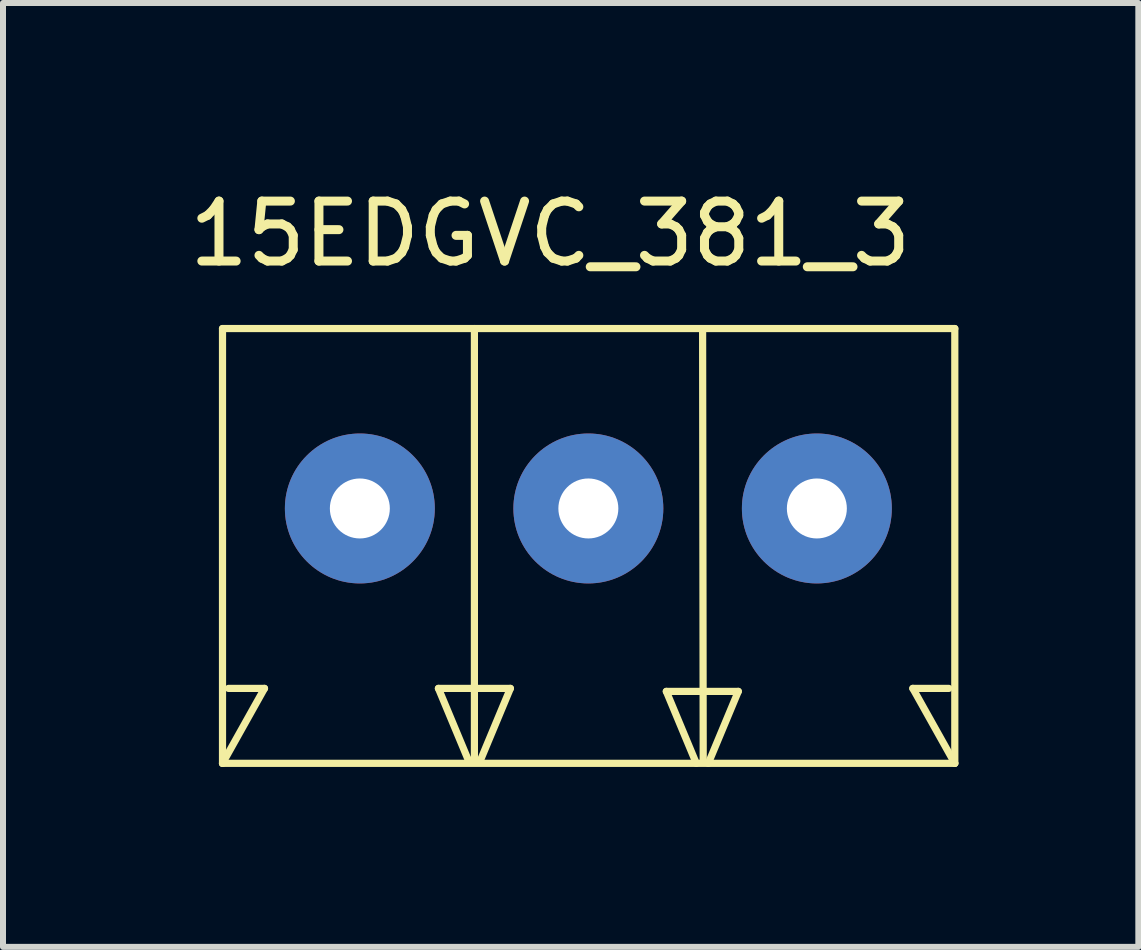
<source format=kicad_pcb>
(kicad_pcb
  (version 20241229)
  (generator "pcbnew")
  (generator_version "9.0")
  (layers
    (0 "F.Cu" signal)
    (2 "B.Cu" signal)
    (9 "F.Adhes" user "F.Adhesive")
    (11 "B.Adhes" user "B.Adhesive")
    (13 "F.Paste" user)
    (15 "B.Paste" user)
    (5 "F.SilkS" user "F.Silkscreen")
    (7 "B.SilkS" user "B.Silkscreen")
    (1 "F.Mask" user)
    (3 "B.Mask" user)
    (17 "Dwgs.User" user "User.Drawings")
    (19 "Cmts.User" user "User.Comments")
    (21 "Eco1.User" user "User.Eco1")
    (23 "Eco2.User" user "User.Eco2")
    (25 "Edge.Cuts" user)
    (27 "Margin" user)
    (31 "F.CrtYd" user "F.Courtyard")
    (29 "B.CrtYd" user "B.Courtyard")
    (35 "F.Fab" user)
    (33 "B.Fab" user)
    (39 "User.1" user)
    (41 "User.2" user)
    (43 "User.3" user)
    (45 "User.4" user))
  (footprint "15EDGVC_381_3"
    (layer "F.Cu")
    (at 6.125 0.348)
    (property "Reference" "15EDGVC_381_3" (at 0 0.5 0) (layer "F.SilkS") (effects (font (size 1 1) (thickness 0.15))))
    (attr through_hole)
    (fp_line (start -5.465 9.33) (end -5.465 2.08) (stroke (width 0.12) (type solid)) (layer "F.SilkS"))
    (fp_line (start -5.465 9.33) (end -4.765 8.08) (stroke (width 0.12) (type solid)) (layer "F.SilkS"))
    (fp_line (start -4.765 8.08) (end -5.365 8.08) (stroke (width 0.12) (type solid)) (layer "F.SilkS"))
    (fp_line (start -1.865 8.08) (end -0.665 8.08) (stroke (width 0.12) (type solid)) (layer "F.SilkS"))
    (fp_line (start -1.365 9.28) (end -1.865 8.08) (stroke (width 0.12) (type solid)) (layer "F.SilkS"))
    (fp_line (start -1.365 9.28) (end -1.265 9.28) (stroke (width 0.12) (type solid)) (layer "F.SilkS"))
    (fp_line (start -1.265 9.28) (end -1.265 2.08) (stroke (width 0.12) (type solid)) (layer "F.SilkS"))
    (fp_line (start -0.665 8.08) (end -1.165 9.28) (stroke (width 0.12) (type solid)) (layer "F.SilkS"))
    (fp_line (start 1.935 8.13) (end 3.135 8.13) (stroke (width 0.12) (type solid)) (layer "F.SilkS"))
    (fp_line (start 2.435 9.33) (end 1.935 8.13) (stroke (width 0.12) (type solid)) (layer "F.SilkS"))
    (fp_line (start 2.55 9.3) (end 2.54 2.1) (stroke (width 0.12) (type solid)) (layer "F.SilkS"))
    (fp_line (start 3.135 8.13) (end 2.635 9.33) (stroke (width 0.12) (type solid)) (layer "F.SilkS"))
    (fp_line (start 6.045 8.08) (end 6.645 8.08) (stroke (width 0.12) (type solid)) (layer "F.SilkS"))
    (fp_line (start 6.745 2.08) (end -5.465 2.08) (stroke (width 0.12) (type solid)) (layer "F.SilkS"))
    (fp_line (start 6.745 9.33) (end -5.465 9.33) (stroke (width 0.12) (type solid)) (layer "F.SilkS"))
    (fp_line (start 6.745 9.33) (end 6.045 8.08) (stroke (width 0.12) (type solid)) (layer "F.SilkS"))
    (fp_line (start 6.745 9.33) (end 6.745 2.08) (stroke (width 0.12) (type solid)) (layer "F.SilkS"))
    (pad "1" thru_hole circle (at -3.175 5.08) (size 2.5 2.5) (drill 1) (layers "*.Cu" "*.Mask"))
    (pad "2" thru_hole circle (at 0.635 5.08) (size 2.5 2.5) (drill 1) (layers "*.Cu" "*.Mask"))
    (pad "3" thru_hole circle (at 4.445 5.08) (size 2.5 2.5) (drill 1) (layers "*.Cu" "*.Mask")))
  (gr_rect
    (start -3 -3)
    (end 15.93 12.738)
    (stroke (width 0.1) (type default))
    (fill no)
    (layer "Edge.Cuts")))
</source>
